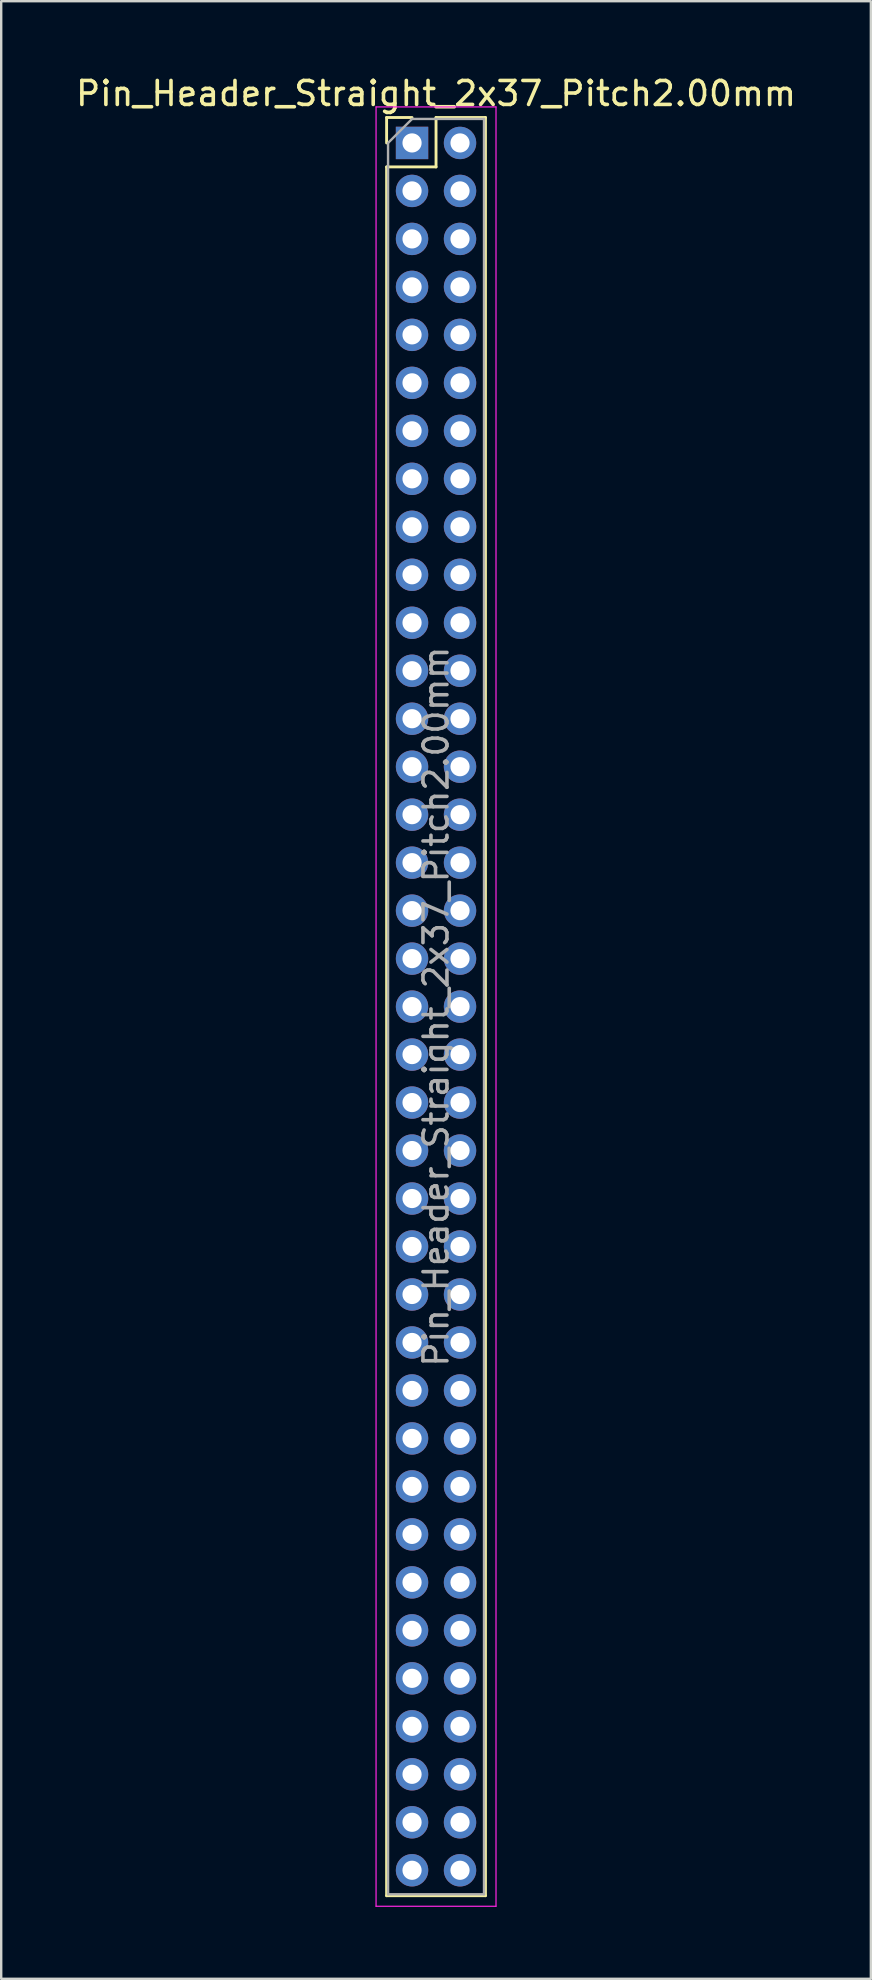
<source format=kicad_pcb>
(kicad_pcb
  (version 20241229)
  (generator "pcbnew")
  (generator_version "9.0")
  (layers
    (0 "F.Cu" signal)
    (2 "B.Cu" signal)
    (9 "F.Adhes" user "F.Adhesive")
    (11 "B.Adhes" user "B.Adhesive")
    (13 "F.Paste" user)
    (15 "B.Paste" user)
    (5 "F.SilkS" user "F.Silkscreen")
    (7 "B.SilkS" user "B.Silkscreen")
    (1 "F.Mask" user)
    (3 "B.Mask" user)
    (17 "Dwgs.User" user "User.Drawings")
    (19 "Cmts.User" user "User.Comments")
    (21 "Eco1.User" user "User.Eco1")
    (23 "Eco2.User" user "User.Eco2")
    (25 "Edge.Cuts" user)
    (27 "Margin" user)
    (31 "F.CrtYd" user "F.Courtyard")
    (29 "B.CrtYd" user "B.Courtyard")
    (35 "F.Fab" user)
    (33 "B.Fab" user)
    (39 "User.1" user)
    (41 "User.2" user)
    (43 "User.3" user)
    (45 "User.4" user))
  (footprint "Pin_Header_Straight_2x37_Pitch2.00mm"
    (layer "F.Cu")
    (at 14.125 2.908)
    (property "Reference" "Pin_Header_Straight_2x37_Pitch2.00mm" (at 1 -2.06 0) (layer "F.SilkS") (effects (font (size 1 1) (thickness 0.15))))
    (attr through_hole)
    (fp_line (start -1.06 -1.06) (end 0 -1.06) (stroke (width 0.12) (type solid)) (layer "F.SilkS"))
    (fp_line (start -1.06 0) (end -1.06 -1.06) (stroke (width 0.12) (type solid)) (layer "F.SilkS"))
    (fp_line (start -1.06 1) (end -1.06 73.06) (stroke (width 0.12) (type solid)) (layer "F.SilkS"))
    (fp_line (start -1.06 1) (end 1 1) (stroke (width 0.12) (type solid)) (layer "F.SilkS"))
    (fp_line (start -1.06 73.06) (end 3.06 73.06) (stroke (width 0.12) (type solid)) (layer "F.SilkS"))
    (fp_line (start 1 -1.06) (end 3.06 -1.06) (stroke (width 0.12) (type solid)) (layer "F.SilkS"))
    (fp_line (start 1 1) (end 1 -1.06) (stroke (width 0.12) (type solid)) (layer "F.SilkS"))
    (fp_line (start 3.06 -1.06) (end 3.06 73.06) (stroke (width 0.12) (type solid)) (layer "F.SilkS"))
    (fp_line (start -1.5 -1.5) (end -1.5 73.5) (stroke (width 0.05) (type solid)) (layer "F.CrtYd"))
    (fp_line (start -1.5 73.5) (end 3.5 73.5) (stroke (width 0.05) (type solid)) (layer "F.CrtYd"))
    (fp_line (start 3.5 -1.5) (end -1.5 -1.5) (stroke (width 0.05) (type solid)) (layer "F.CrtYd"))
    (fp_line (start 3.5 73.5) (end 3.5 -1.5) (stroke (width 0.05) (type solid)) (layer "F.CrtYd"))
    (fp_line (start -1 0) (end 0 -1) (stroke (width 0.1) (type solid)) (layer "F.Fab"))
    (fp_line (start -1 73) (end -1 0) (stroke (width 0.1) (type solid)) (layer "F.Fab"))
    (fp_line (start 0 -1) (end 3 -1) (stroke (width 0.1) (type solid)) (layer "F.Fab"))
    (fp_line (start 3 -1) (end 3 73) (stroke (width 0.1) (type solid)) (layer "F.Fab"))
    (fp_line (start 3 73) (end -1 73) (stroke (width 0.1) (type solid)) (layer "F.Fab"))
    (fp_text user "${REFERENCE}" (at 1 36 90) (layer "F.Fab") (effects (font (size 1 1) (thickness 0.15))))
    (pad "1" thru_hole rect (at 0 0) (size 1.35 1.35) (drill 0.8) (layers "*.Cu" "*.Mask"))
    (pad "2" thru_hole oval (at 2 0) (size 1.35 1.35) (drill 0.8) (layers "*.Cu" "*.Mask"))
    (pad "3" thru_hole oval (at 0 2) (size 1.35 1.35) (drill 0.8) (layers "*.Cu" "*.Mask"))
    (pad "4" thru_hole oval (at 2 2) (size 1.35 1.35) (drill 0.8) (layers "*.Cu" "*.Mask"))
    (pad "5" thru_hole oval (at 0 4) (size 1.35 1.35) (drill 0.8) (layers "*.Cu" "*.Mask"))
    (pad "6" thru_hole oval (at 2 4) (size 1.35 1.35) (drill 0.8) (layers "*.Cu" "*.Mask"))
    (pad "7" thru_hole oval (at 0 6) (size 1.35 1.35) (drill 0.8) (layers "*.Cu" "*.Mask"))
    (pad "8" thru_hole oval (at 2 6) (size 1.35 1.35) (drill 0.8) (layers "*.Cu" "*.Mask"))
    (pad "9" thru_hole oval (at 0 8) (size 1.35 1.35) (drill 0.8) (layers "*.Cu" "*.Mask"))
    (pad "10" thru_hole oval (at 2 8) (size 1.35 1.35) (drill 0.8) (layers "*.Cu" "*.Mask"))
    (pad "11" thru_hole oval (at 0 10) (size 1.35 1.35) (drill 0.8) (layers "*.Cu" "*.Mask"))
    (pad "12" thru_hole oval (at 2 10) (size 1.35 1.35) (drill 0.8) (layers "*.Cu" "*.Mask"))
    (pad "13" thru_hole oval (at 0 12) (size 1.35 1.35) (drill 0.8) (layers "*.Cu" "*.Mask"))
    (pad "14" thru_hole oval (at 2 12) (size 1.35 1.35) (drill 0.8) (layers "*.Cu" "*.Mask"))
    (pad "15" thru_hole oval (at 0 14) (size 1.35 1.35) (drill 0.8) (layers "*.Cu" "*.Mask"))
    (pad "16" thru_hole oval (at 2 14) (size 1.35 1.35) (drill 0.8) (layers "*.Cu" "*.Mask"))
    (pad "17" thru_hole oval (at 0 16) (size 1.35 1.35) (drill 0.8) (layers "*.Cu" "*.Mask"))
    (pad "18" thru_hole oval (at 2 16) (size 1.35 1.35) (drill 0.8) (layers "*.Cu" "*.Mask"))
    (pad "19" thru_hole oval (at 0 18) (size 1.35 1.35) (drill 0.8) (layers "*.Cu" "*.Mask"))
    (pad "20" thru_hole oval (at 2 18) (size 1.35 1.35) (drill 0.8) (layers "*.Cu" "*.Mask"))
    (pad "21" thru_hole oval (at 0 20) (size 1.35 1.35) (drill 0.8) (layers "*.Cu" "*.Mask"))
    (pad "22" thru_hole oval (at 2 20) (size 1.35 1.35) (drill 0.8) (layers "*.Cu" "*.Mask"))
    (pad "23" thru_hole oval (at 0 22) (size 1.35 1.35) (drill 0.8) (layers "*.Cu" "*.Mask"))
    (pad "24" thru_hole oval (at 2 22) (size 1.35 1.35) (drill 0.8) (layers "*.Cu" "*.Mask"))
    (pad "25" thru_hole oval (at 0 24) (size 1.35 1.35) (drill 0.8) (layers "*.Cu" "*.Mask"))
    (pad "26" thru_hole oval (at 2 24) (size 1.35 1.35) (drill 0.8) (layers "*.Cu" "*.Mask"))
    (pad "27" thru_hole oval (at 0 26) (size 1.35 1.35) (drill 0.8) (layers "*.Cu" "*.Mask"))
    (pad "28" thru_hole oval (at 2 26) (size 1.35 1.35) (drill 0.8) (layers "*.Cu" "*.Mask"))
    (pad "29" thru_hole oval (at 0 28) (size 1.35 1.35) (drill 0.8) (layers "*.Cu" "*.Mask"))
    (pad "30" thru_hole oval (at 2 28) (size 1.35 1.35) (drill 0.8) (layers "*.Cu" "*.Mask"))
    (pad "31" thru_hole oval (at 0 30) (size 1.35 1.35) (drill 0.8) (layers "*.Cu" "*.Mask"))
    (pad "32" thru_hole oval (at 2 30) (size 1.35 1.35) (drill 0.8) (layers "*.Cu" "*.Mask"))
    (pad "33" thru_hole oval (at 0 32) (size 1.35 1.35) (drill 0.8) (layers "*.Cu" "*.Mask"))
    (pad "34" thru_hole oval (at 2 32) (size 1.35 1.35) (drill 0.8) (layers "*.Cu" "*.Mask"))
    (pad "35" thru_hole oval (at 0 34) (size 1.35 1.35) (drill 0.8) (layers "*.Cu" "*.Mask"))
    (pad "36" thru_hole oval (at 2 34) (size 1.35 1.35) (drill 0.8) (layers "*.Cu" "*.Mask"))
    (pad "37" thru_hole oval (at 0 36) (size 1.35 1.35) (drill 0.8) (layers "*.Cu" "*.Mask"))
    (pad "38" thru_hole oval (at 2 36) (size 1.35 1.35) (drill 0.8) (layers "*.Cu" "*.Mask"))
    (pad "39" thru_hole oval (at 0 38) (size 1.35 1.35) (drill 0.8) (layers "*.Cu" "*.Mask"))
    (pad "40" thru_hole oval (at 2 38) (size 1.35 1.35) (drill 0.8) (layers "*.Cu" "*.Mask"))
    (pad "41" thru_hole oval (at 0 40) (size 1.35 1.35) (drill 0.8) (layers "*.Cu" "*.Mask"))
    (pad "42" thru_hole oval (at 2 40) (size 1.35 1.35) (drill 0.8) (layers "*.Cu" "*.Mask"))
    (pad "43" thru_hole oval (at 0 42) (size 1.35 1.35) (drill 0.8) (layers "*.Cu" "*.Mask"))
    (pad "44" thru_hole oval (at 2 42) (size 1.35 1.35) (drill 0.8) (layers "*.Cu" "*.Mask"))
    (pad "45" thru_hole oval (at 0 44) (size 1.35 1.35) (drill 0.8) (layers "*.Cu" "*.Mask"))
    (pad "46" thru_hole oval (at 2 44) (size 1.35 1.35) (drill 0.8) (layers "*.Cu" "*.Mask"))
    (pad "47" thru_hole oval (at 0 46) (size 1.35 1.35) (drill 0.8) (layers "*.Cu" "*.Mask"))
    (pad "48" thru_hole oval (at 2 46) (size 1.35 1.35) (drill 0.8) (layers "*.Cu" "*.Mask"))
    (pad "49" thru_hole oval (at 0 48) (size 1.35 1.35) (drill 0.8) (layers "*.Cu" "*.Mask"))
    (pad "50" thru_hole oval (at 2 48) (size 1.35 1.35) (drill 0.8) (layers "*.Cu" "*.Mask"))
    (pad "51" thru_hole oval (at 0 50) (size 1.35 1.35) (drill 0.8) (layers "*.Cu" "*.Mask"))
    (pad "52" thru_hole oval (at 2 50) (size 1.35 1.35) (drill 0.8) (layers "*.Cu" "*.Mask"))
    (pad "53" thru_hole oval (at 0 52) (size 1.35 1.35) (drill 0.8) (layers "*.Cu" "*.Mask"))
    (pad "54" thru_hole oval (at 2 52) (size 1.35 1.35) (drill 0.8) (layers "*.Cu" "*.Mask"))
    (pad "55" thru_hole oval (at 0 54) (size 1.35 1.35) (drill 0.8) (layers "*.Cu" "*.Mask"))
    (pad "56" thru_hole oval (at 2 54) (size 1.35 1.35) (drill 0.8) (layers "*.Cu" "*.Mask"))
    (pad "57" thru_hole oval (at 0 56) (size 1.35 1.35) (drill 0.8) (layers "*.Cu" "*.Mask"))
    (pad "58" thru_hole oval (at 2 56) (size 1.35 1.35) (drill 0.8) (layers "*.Cu" "*.Mask"))
    (pad "59" thru_hole oval (at 0 58) (size 1.35 1.35) (drill 0.8) (layers "*.Cu" "*.Mask"))
    (pad "60" thru_hole oval (at 2 58) (size 1.35 1.35) (drill 0.8) (layers "*.Cu" "*.Mask"))
    (pad "61" thru_hole oval (at 0 60) (size 1.35 1.35) (drill 0.8) (layers "*.Cu" "*.Mask"))
    (pad "62" thru_hole oval (at 2 60) (size 1.35 1.35) (drill 0.8) (layers "*.Cu" "*.Mask"))
    (pad "63" thru_hole oval (at 0 62) (size 1.35 1.35) (drill 0.8) (layers "*.Cu" "*.Mask"))
    (pad "64" thru_hole oval (at 2 62) (size 1.35 1.35) (drill 0.8) (layers "*.Cu" "*.Mask"))
    (pad "65" thru_hole oval (at 0 64) (size 1.35 1.35) (drill 0.8) (layers "*.Cu" "*.Mask"))
    (pad "66" thru_hole oval (at 2 64) (size 1.35 1.35) (drill 0.8) (layers "*.Cu" "*.Mask"))
    (pad "67" thru_hole oval (at 0 66) (size 1.35 1.35) (drill 0.8) (layers "*.Cu" "*.Mask"))
    (pad "68" thru_hole oval (at 2 66) (size 1.35 1.35) (drill 0.8) (layers "*.Cu" "*.Mask"))
    (pad "69" thru_hole oval (at 0 68) (size 1.35 1.35) (drill 0.8) (layers "*.Cu" "*.Mask"))
    (pad "70" thru_hole oval (at 2 68) (size 1.35 1.35) (drill 0.8) (layers "*.Cu" "*.Mask"))
    (pad "71" thru_hole oval (at 0 70) (size 1.35 1.35) (drill 0.8) (layers "*.Cu" "*.Mask"))
    (pad "72" thru_hole oval (at 2 70) (size 1.35 1.35) (drill 0.8) (layers "*.Cu" "*.Mask"))
    (pad "73" thru_hole oval (at 0 72) (size 1.35 1.35) (drill 0.8) (layers "*.Cu" "*.Mask"))
    (pad "74" thru_hole oval (at 2 72) (size 1.35 1.35) (drill 0.8) (layers "*.Cu" "*.Mask")))
  (gr_rect
    (start -3 -3)
    (end 33.25 79.433)
    (stroke (width 0.1) (type default))
    (fill no)
    (layer "Edge.Cuts")))
</source>
